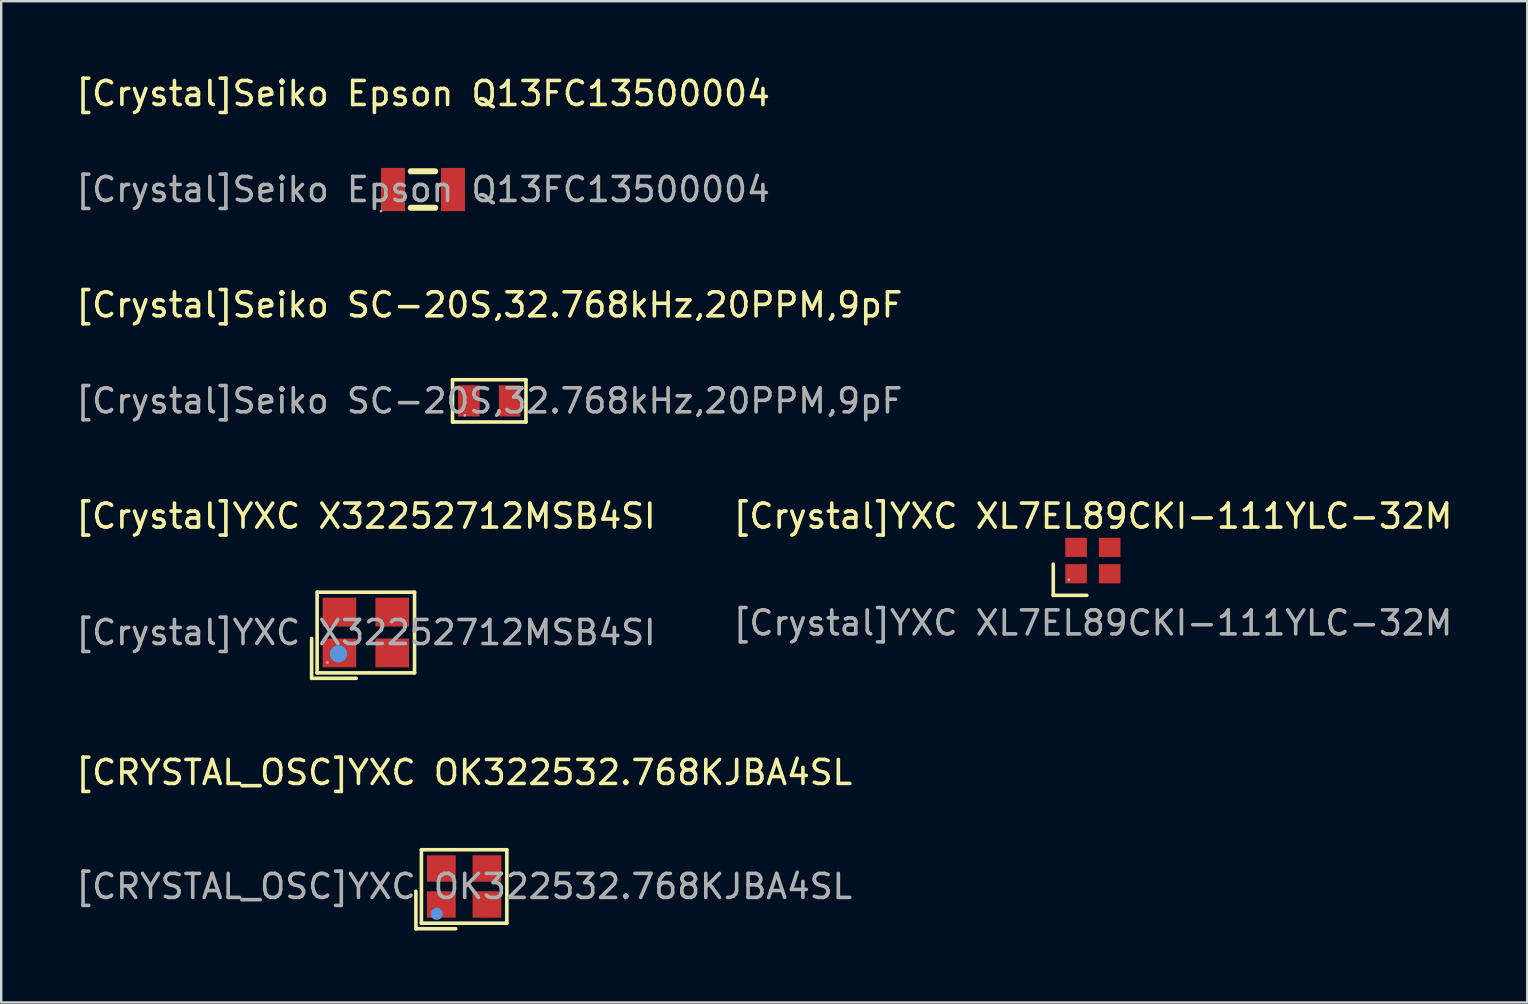
<source format=kicad_pcb>
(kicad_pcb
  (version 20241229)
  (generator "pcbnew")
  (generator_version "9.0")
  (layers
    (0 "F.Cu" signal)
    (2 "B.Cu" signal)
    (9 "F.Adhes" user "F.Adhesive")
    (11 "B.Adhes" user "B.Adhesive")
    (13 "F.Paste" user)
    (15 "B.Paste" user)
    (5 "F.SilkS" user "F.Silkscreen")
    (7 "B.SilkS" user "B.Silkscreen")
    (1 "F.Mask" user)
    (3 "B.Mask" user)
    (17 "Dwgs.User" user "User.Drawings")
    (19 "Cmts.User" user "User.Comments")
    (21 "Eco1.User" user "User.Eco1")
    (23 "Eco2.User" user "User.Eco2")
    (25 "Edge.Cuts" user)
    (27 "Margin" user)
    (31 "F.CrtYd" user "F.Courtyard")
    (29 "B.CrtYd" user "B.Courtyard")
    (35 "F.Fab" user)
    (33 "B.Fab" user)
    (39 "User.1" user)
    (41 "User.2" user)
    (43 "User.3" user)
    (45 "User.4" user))
  (footprint "[Crystal]YXC XL7EL89CKI-111YLC-32M"
    (layer "F.Cu")
    (at 42.494 20.31)
    (property "Reference" "[Crystal]YXC XL7EL89CKI-111YLC-32M" (at 0 -1.85 0) (layer "F.SilkS") (effects (font (size 1 1) (thickness 0.15))))
    (attr smd)
    (fp_line (start -1.65 0.15) (end -1.65 1.45) (stroke (width 0.15) (type solid)) (layer "F.SilkS"))
    (fp_line (start -1.65 1.45) (end -0.25 1.45) (stroke (width 0.15) (type solid)) (layer "F.SilkS"))
    (fp_circle (center -1 0.8) (end -0.97 0.8) (stroke (width 0.06) (type solid)) (fill no) (layer "F.Fab"))
    (fp_text user "${REFERENCE}" (at 0 2.6 0) (layer "F.Fab") (effects (font (size 1 1) (thickness 0.15))))
    (pad "1" smd rect (at -0.7 0.55) (size 0.9 0.8) (layers "F.Cu" "F.Mask" "F.Paste"))
    (pad "2" smd rect (at 0.7 0.55) (size 0.9 0.8) (layers "F.Cu" "F.Mask" "F.Paste"))
    (pad "3" smd rect (at 0.7 -0.55) (size 0.9 0.8) (layers "F.Cu" "F.Mask" "F.Paste"))
    (pad "4" smd rect (at -0.7 -0.55) (size 0.9 0.8) (layers "F.Cu" "F.Mask" "F.Paste")))
  (footprint "[Crystal]Seiko SC-20S,32.768kHz,20PPM,9pF"
    (layer "F.Cu")
    (at 17.339 13.656)
    (property "Reference" "[Crystal]Seiko SC-20S,32.768kHz,20PPM,9pF" (at 0 -4 0) (layer "F.SilkS") (effects (font (size 1 1) (thickness 0.15))))
    (attr smd)
    (fp_line (start -1.53 -0.88) (end 1.53 -0.88) (stroke (width 0.15) (type solid)) (layer "F.SilkS"))
    (fp_line (start -1.53 0.88) (end -1.53 -0.88) (stroke (width 0.15) (type solid)) (layer "F.SilkS"))
    (fp_line (start 1.53 -0.88) (end 1.53 0.88) (stroke (width 0.15) (type solid)) (layer "F.SilkS"))
    (fp_line (start 1.53 0.88) (end -1.53 0.88) (stroke (width 0.15) (type solid)) (layer "F.SilkS"))
    (fp_circle (center -1.02 0.6) (end -0.99 0.6) (stroke (width 0.06) (type solid)) (fill no) (layer "F.Fab"))
    (fp_text user "${REFERENCE}" (at 0 0 0) (layer "F.Fab") (effects (font (size 1 1) (thickness 0.15))))
    (pad "1" smd rect (at -0.85 0) (size 0.9 1.3) (layers "F.Cu" "F.Mask" "F.Paste"))
    (pad "2" smd rect (at 0.85 0) (size 0.9 1.3) (layers "F.Cu" "F.Mask" "F.Paste")))
  (footprint "[Crystal]Seiko Epson Q13FC13500004"
    (layer "F.Cu")
    (at 14.577 4.848)
    (property "Reference" "[Crystal]Seiko Epson Q13FC13500004" (at 0 -4 0) (layer "F.SilkS") (effects (font (size 1 1) (thickness 0.15))))
    (attr smd)
    (fp_line (start -0.51 -0.76) (end 0.51 -0.76) (stroke (width 0.25) (type solid)) (layer "F.SilkS"))
    (fp_line (start 0.51 0.76) (end -0.51 0.76) (stroke (width 0.25) (type solid)) (layer "F.SilkS"))
    (fp_circle (center -1.75 0.9) (end -1.72 0.9) (stroke (width 0.06) (type solid)) (fill no) (layer "F.Fab"))
    (fp_text user "${REFERENCE}" (at 0 0 0) (layer "F.Fab") (effects (font (size 1 1) (thickness 0.15))))
    (pad "1" smd rect (at -1.25 0 90) (size 1.8 1) (layers "F.Cu" "F.Mask" "F.Paste"))
    (pad "2" smd rect (at 1.25 0 90) (size 1.8 1) (layers "F.Cu" "F.Mask" "F.Paste")))
  (footprint "[Crystal]YXC X32252712MSB4SI"
    (layer "F.Cu")
    (at 12.196 23.31)
    (property "Reference" "[Crystal]YXC X32252712MSB4SI" (at 0 -4.85 0) (layer "F.SilkS") (effects (font (size 1 1) (thickness 0.15))))
    (attr smd)
    (fp_line (start -2.26 0.25) (end -2.26 1.91) (stroke (width 0.15) (type solid)) (layer "F.SilkS"))
    (fp_line (start -2.26 1.91) (end -0.4 1.91) (stroke (width 0.15) (type solid)) (layer "F.SilkS"))
    (fp_line (start -2.03 -1.68) (end 2.03 -1.68) (stroke (width 0.15) (type solid)) (layer "F.SilkS"))
    (fp_line (start -2.03 1.68) (end -2.03 -1.68) (stroke (width 0.15) (type solid)) (layer "F.SilkS"))
    (fp_line (start 2.03 -1.68) (end 2.03 1.68) (stroke (width 0.15) (type solid)) (layer "F.SilkS"))
    (fp_line (start 2.03 1.68) (end -2.03 1.68) (stroke (width 0.15) (type solid)) (layer "F.SilkS"))
    (fp_circle (center -1.14 0.89) (end -0.96 0.89) (stroke (width 0.36) (type solid)) (fill no) (layer "Cmts.User"))
    (fp_circle (center -1.6 1.25) (end -1.57 1.25) (stroke (width 0.06) (type solid)) (fill no) (layer "F.Fab"))
    (fp_text user "${REFERENCE}" (at 0 0 0) (layer "F.Fab") (effects (font (size 1 1) (thickness 0.15))))
    (pad "1" smd rect (at -1.1 0.85) (size 1.4 1.2) (layers "F.Cu" "F.Mask" "F.Paste"))
    (pad "2" smd rect (at 1.1 0.85) (size 1.4 1.2) (layers "F.Cu" "F.Mask" "F.Paste"))
    (pad "3" smd rect (at 1.1 -0.85) (size 1.4 1.2) (layers "F.Cu" "F.Mask" "F.Paste"))
    (pad "4" smd rect (at -1.1 -0.85) (size 1.4 1.2) (layers "F.Cu" "F.Mask" "F.Paste")))
  (footprint "[CRYSTAL_OSC]YXC OK322532.768KJBA4SL"
    (layer "F.Cu")
    (at 16.292 33.893)
    (property "Reference" "[CRYSTAL_OSC]YXC OK322532.768KJBA4SL" (at 0 -4.75 0) (layer "F.SilkS") (effects (font (size 1 1) (thickness 0.15))))
    (attr through_hole)
    (fp_line (start -2.01 0.2) (end -2.01 1.76) (stroke (width 0.15) (type solid)) (layer "F.SilkS"))
    (fp_line (start -2.01 1.76) (end -0.35 1.76) (stroke (width 0.15) (type solid)) (layer "F.SilkS"))
    (fp_line (start -1.78 -1.53) (end 1.78 -1.53) (stroke (width 0.15) (type solid)) (layer "F.SilkS"))
    (fp_line (start -1.78 1.53) (end -1.78 -1.53) (stroke (width 0.15) (type solid)) (layer "F.SilkS"))
    (fp_line (start 1.78 -1.53) (end 1.78 1.53) (stroke (width 0.15) (type solid)) (layer "F.SilkS"))
    (fp_line (start 1.78 1.53) (end -1.78 1.53) (stroke (width 0.15) (type solid)) (layer "F.SilkS"))
    (fp_circle (center -1.14 1.14) (end -1.01 1.14) (stroke (width 0.25) (type solid)) (fill no) (layer "Cmts.User"))
    (fp_circle (center -1.25 1) (end -1.22 1) (stroke (width 0.06) (type solid)) (fill no) (layer "F.Fab"))
    (fp_text user "${REFERENCE}" (at 0 0 0) (layer "F.Fab") (effects (font (size 1 1) (thickness 0.15))))
    (pad "1" smd rect (at -0.95 0.75) (size 1.2 1.1) (layers "F.Cu" "F.Mask" "F.Paste"))
    (pad "2" smd rect (at 0.95 0.75) (size 1.2 1.1) (layers "F.Cu" "F.Mask" "F.Paste"))
    (pad "3" smd rect (at 0.95 -0.75) (size 1.2 1.1) (layers "F.Cu" "F.Mask" "F.Paste"))
    (pad "4" smd rect (at -0.95 -0.75) (size 1.2 1.1) (layers "F.Cu" "F.Mask" "F.Paste")))
  (gr_rect
    (start -3 -3)
    (end 60.595 38.728)
    (stroke (width 0.1) (type default))
    (fill no)
    (layer "Edge.Cuts")))
</source>
